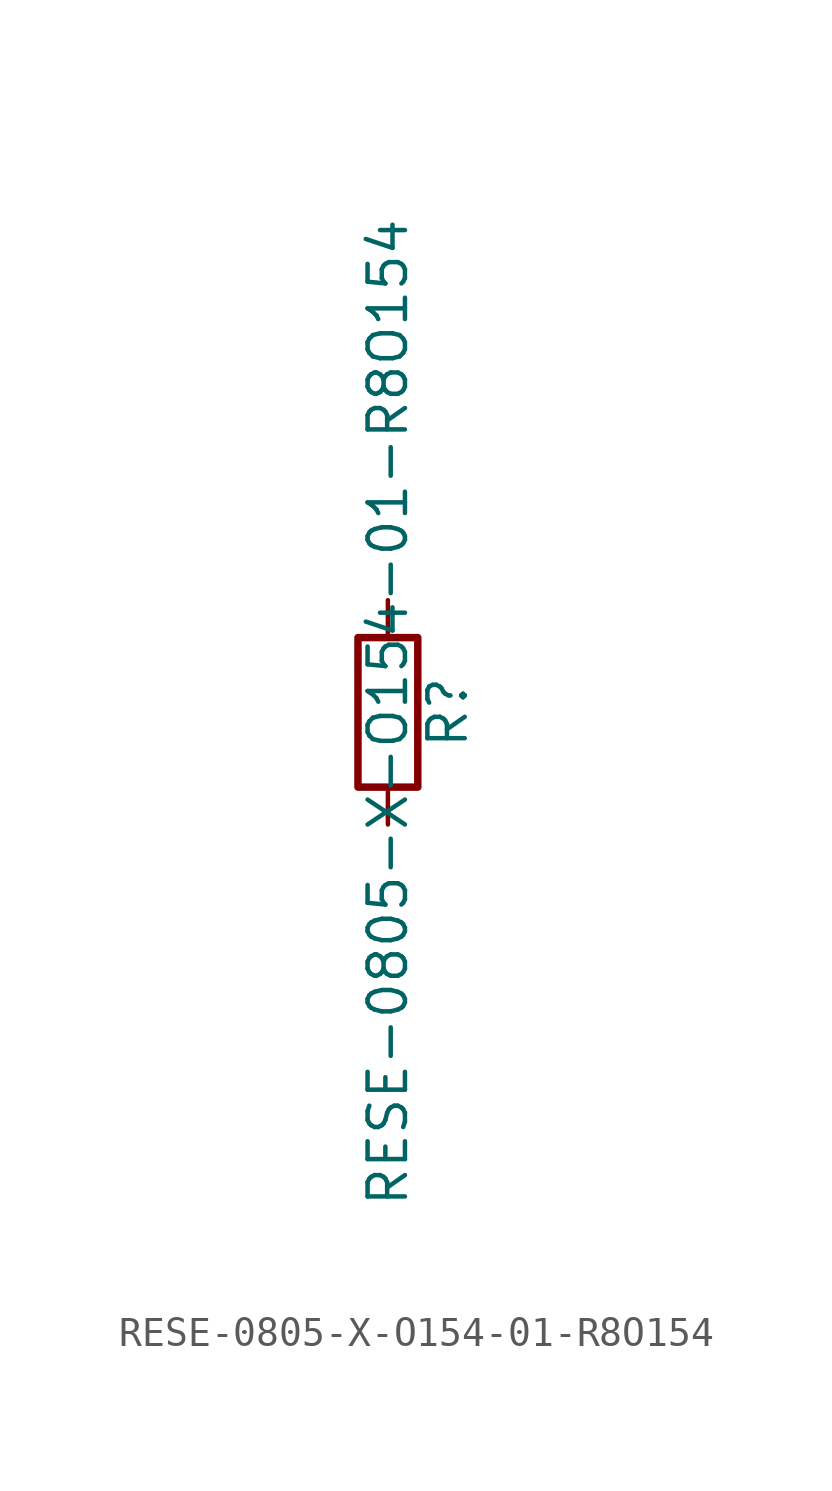
<source format=kicad_sym>
(kicad_symbol_lib
  (version 20211014)
  (generator kicad_symbol_editor)
  (symbol "RESE-0805-X-O154-01-R8O154"
    (pin_numbers hide)
    (pin_names
      (offset 0))
    (property "Reference" "R"
      (at 2.032 0 90)
      (effects (font (size 1.27 1.27))))
    (property "Value" "RESE-0805-X-O154-01-R8O154"
      (at 0 0 90)
      (effects (font (size 1.27 1.27))))
    (symbol "RESE-0805-X-O154-01-R8O154_0_1"
      (rectangle (start -1.016 -2.54) (end 1.016 2.54) (stroke (width 0.254) (type default) (color 0 0 0 0)) (fill (type none))))
    (symbol "RESE-0805-X-O154-01-R8O154_1_1"
      (pin passive line (at 0 3.81 270) (length 1.27) (name "~" (effects (font (size 1.27 1.27)))) (number "1" (effects (font (size 1.27 1.27)))))
      (pin passive line (at 0 -3.81 90) (length 1.27) (name "~" (effects (font (size 1.27 1.27)))) (number "2" (effects (font (size 1.27 1.27))))))))
</source>
